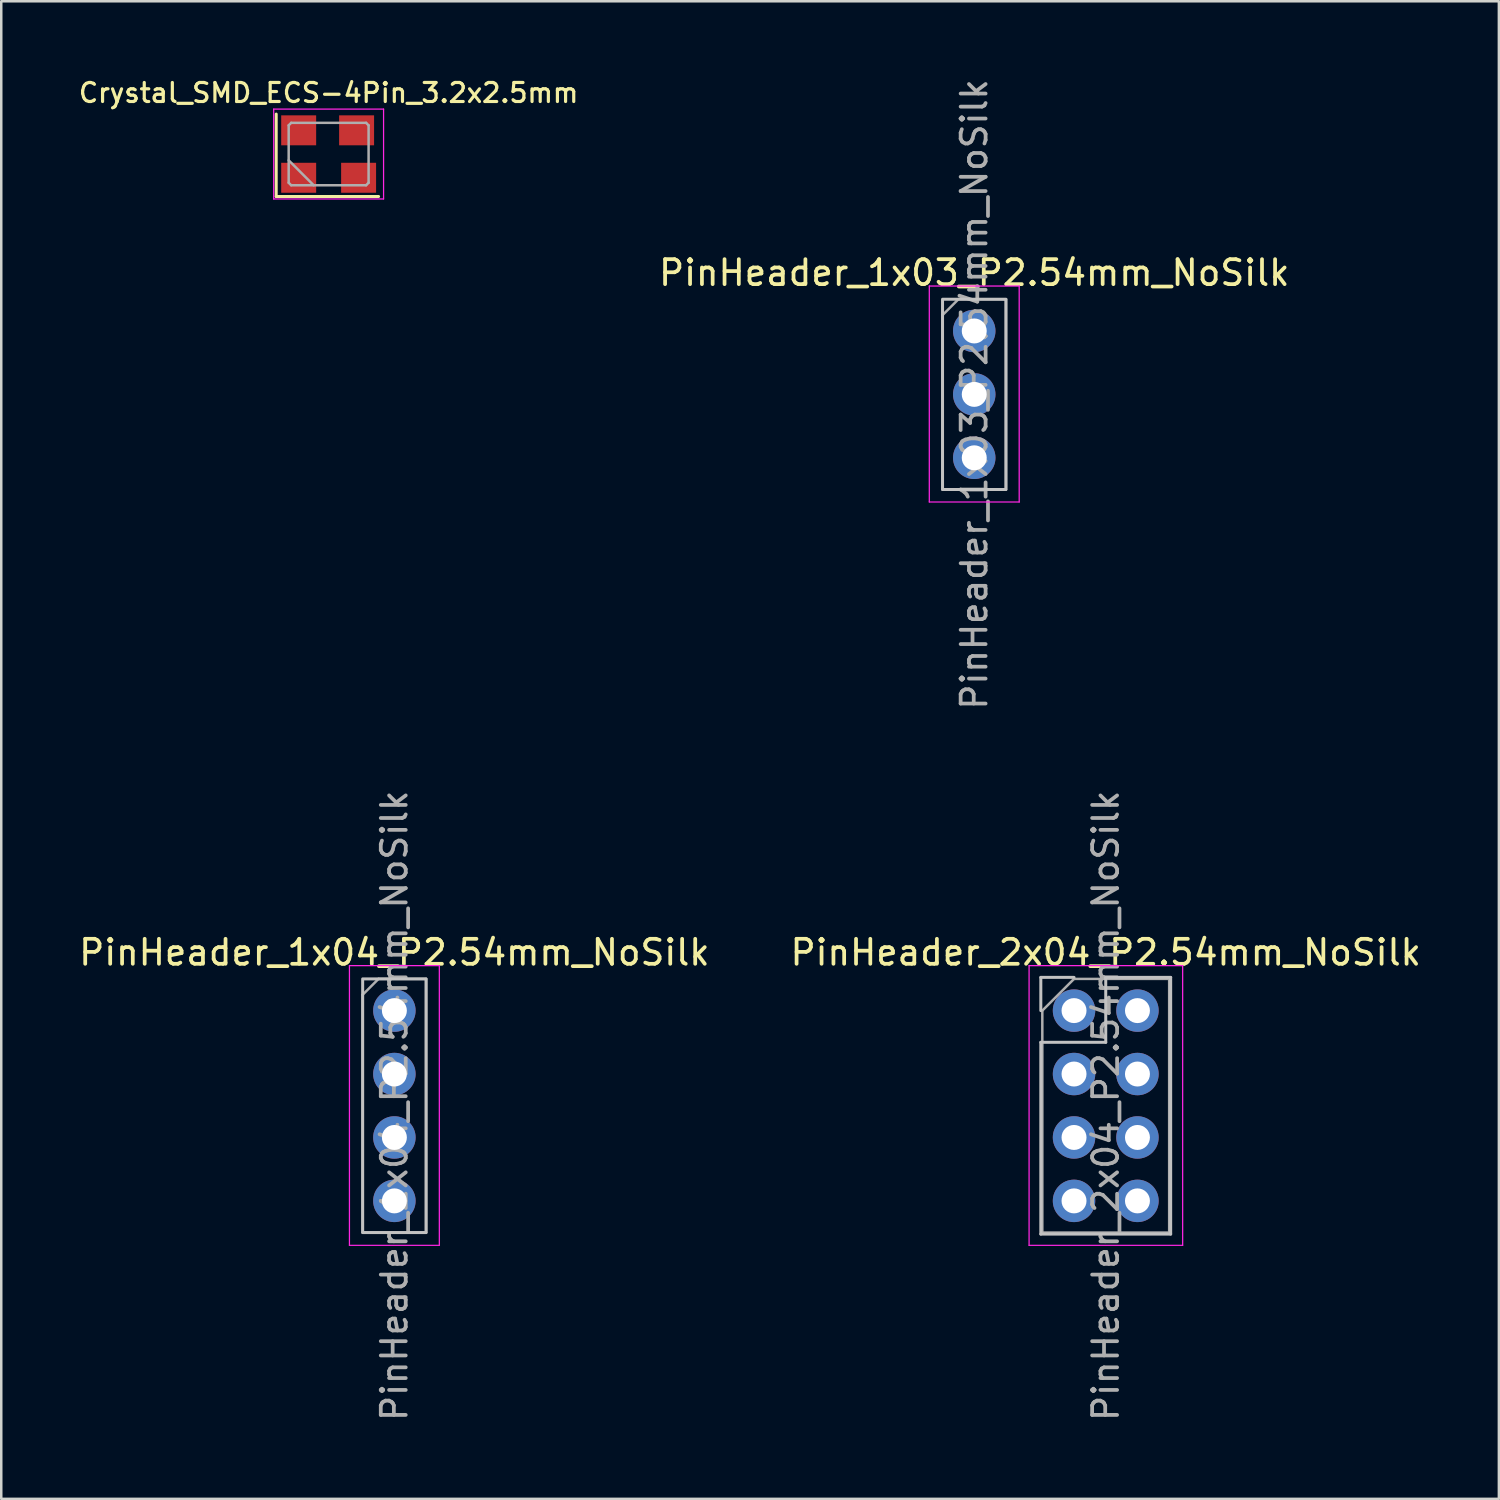
<source format=kicad_pcb>
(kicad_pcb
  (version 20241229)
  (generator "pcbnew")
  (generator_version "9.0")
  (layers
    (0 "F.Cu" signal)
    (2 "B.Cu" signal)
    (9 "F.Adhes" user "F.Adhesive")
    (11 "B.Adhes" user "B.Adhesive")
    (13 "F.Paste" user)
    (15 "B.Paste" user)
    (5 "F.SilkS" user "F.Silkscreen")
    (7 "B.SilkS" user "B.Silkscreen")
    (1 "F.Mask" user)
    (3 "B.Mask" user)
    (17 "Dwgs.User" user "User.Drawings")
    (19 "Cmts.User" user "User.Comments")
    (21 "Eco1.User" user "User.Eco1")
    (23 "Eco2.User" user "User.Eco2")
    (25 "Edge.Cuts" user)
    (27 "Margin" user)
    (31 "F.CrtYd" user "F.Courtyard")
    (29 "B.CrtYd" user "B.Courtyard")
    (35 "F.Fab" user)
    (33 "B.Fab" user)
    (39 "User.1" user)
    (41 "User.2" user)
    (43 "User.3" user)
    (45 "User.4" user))
  (footprint "PinHeader_1x03_P2.54mm_NoSilk"
    (layer "F.Cu")
    (at 35.966 10.204)
    (property "Reference" "PinHeader_1x03_P2.54mm_NoSilk" (at 0 -2.33 0) (layer "F.SilkS") (effects (font (size 1 1) (thickness 0.15))))
    (attr through_hole)
    (fp_rect (start -1.27 -1.27) (end 1.27 6.35) (stroke (width 0.12) (type solid)) (fill no) (layer "Dwgs.User"))
    (fp_line (start -1.8 -1.8) (end -1.8 6.85) (stroke (width 0.05) (type solid)) (layer "F.CrtYd"))
    (fp_line (start -1.8 6.85) (end 1.8 6.85) (stroke (width 0.05) (type solid)) (layer "F.CrtYd"))
    (fp_line (start 1.8 -1.8) (end -1.8 -1.8) (stroke (width 0.05) (type solid)) (layer "F.CrtYd"))
    (fp_line (start 1.8 6.85) (end 1.8 -1.8) (stroke (width 0.05) (type solid)) (layer "F.CrtYd"))
    (fp_line (start -1.27 -0.635) (end -0.635 -1.27) (stroke (width 0.1) (type solid)) (layer "F.Fab"))
    (fp_line (start -1.27 6.35) (end -1.27 -0.635) (stroke (width 0.1) (type solid)) (layer "F.Fab"))
    (fp_line (start -0.635 -1.27) (end 1.27 -1.27) (stroke (width 0.1) (type solid)) (layer "F.Fab"))
    (fp_line (start 1.27 -1.27) (end 1.27 6.35) (stroke (width 0.1) (type solid)) (layer "F.Fab"))
    (fp_line (start 1.27 6.35) (end -1.27 6.35) (stroke (width 0.1) (type solid)) (layer "F.Fab"))
    (fp_text user "${REFERENCE}" (at 0 2.54 90) (layer "F.Fab") (effects (font (size 1 1) (thickness 0.15))))
    (pad "1" thru_hole circle (at 0 0) (size 1.7 1.7) (drill 1) (layers "*.Cu" "*.Mask"))
    (pad "2" thru_hole oval (at 0 2.54) (size 1.7 1.7) (drill 1) (layers "*.Cu" "*.Mask"))
    (pad "3" thru_hole oval (at 0 5.08) (size 1.7 1.7) (drill 1) (layers "*.Cu" "*.Mask")))
  (footprint "PinHeader_1x04_P2.54mm_NoSilk"
    (layer "F.Cu")
    (at 12.744 37.422)
    (property "Reference" "PinHeader_1x04_P2.54mm_NoSilk" (at 0 -2.33 0) (layer "F.SilkS") (effects (font (size 1 1) (thickness 0.15))))
    (attr through_hole)
    (fp_rect (start -1.27 -1.27) (end 1.27 8.89) (stroke (width 0.12) (type solid)) (fill no) (layer "Dwgs.User"))
    (fp_line (start -1.8 -1.8) (end -1.8 9.4) (stroke (width 0.05) (type solid)) (layer "F.CrtYd"))
    (fp_line (start -1.8 9.4) (end 1.8 9.4) (stroke (width 0.05) (type solid)) (layer "F.CrtYd"))
    (fp_line (start 1.8 -1.8) (end -1.8 -1.8) (stroke (width 0.05) (type solid)) (layer "F.CrtYd"))
    (fp_line (start 1.8 9.4) (end 1.8 -1.8) (stroke (width 0.05) (type solid)) (layer "F.CrtYd"))
    (fp_line (start -1.27 -0.635) (end -0.635 -1.27) (stroke (width 0.1) (type solid)) (layer "F.Fab"))
    (fp_line (start -1.27 8.89) (end -1.27 -0.635) (stroke (width 0.1) (type solid)) (layer "F.Fab"))
    (fp_line (start -0.635 -1.27) (end 1.27 -1.27) (stroke (width 0.1) (type solid)) (layer "F.Fab"))
    (fp_line (start 1.27 -1.27) (end 1.27 8.89) (stroke (width 0.1) (type solid)) (layer "F.Fab"))
    (fp_line (start 1.27 8.89) (end -1.27 8.89) (stroke (width 0.1) (type solid)) (layer "F.Fab"))
    (fp_text user "${REFERENCE}" (at 0 3.81 90) (layer "F.Fab") (effects (font (size 1 1) (thickness 0.15))))
    (pad "1" thru_hole circle (at 0 0) (size 1.7 1.7) (drill 1) (layers "*.Cu" "*.Mask"))
    (pad "2" thru_hole oval (at 0 2.54) (size 1.7 1.7) (drill 1) (layers "*.Cu" "*.Mask"))
    (pad "3" thru_hole oval (at 0 5.08) (size 1.7 1.7) (drill 1) (layers "*.Cu" "*.Mask"))
    (pad "4" thru_hole oval (at 0 7.62) (size 1.7 1.7) (drill 1) (layers "*.Cu" "*.Mask")))
  (footprint "Crystal_SMD_ECS-4Pin_3.2x2.5mm"
    (layer "F.Cu")
    (at 10.111 3.119)
    (property "Reference" "Crystal_SMD_ECS-4Pin_3.2x2.5mm" (at 0 -2.45 0) (unlocked yes) (layer "F.SilkS") (effects (font (size 0.762 0.762) (thickness 0.127))))
    (attr smd)
    (fp_line (start -2.1 -1.6) (end -2.1 1.7) (stroke (width 0.12) (type solid)) (layer "F.SilkS"))
    (fp_line (start -2.1 1.7) (end 2 1.7) (stroke (width 0.12) (type solid)) (layer "F.SilkS"))
    (fp_line (start -2.2 -1.8) (end -2.2 1.8) (stroke (width 0.05) (type solid)) (layer "F.CrtYd"))
    (fp_line (start -2.2 1.8) (end 2.2 1.8) (stroke (width 0.05) (type solid)) (layer "F.CrtYd"))
    (fp_line (start 2.2 -1.8) (end -2.2 -1.8) (stroke (width 0.05) (type solid)) (layer "F.CrtYd"))
    (fp_line (start 2.2 1.8) (end 2.2 -1.8) (stroke (width 0.05) (type solid)) (layer "F.CrtYd"))
    (fp_line (start -1.6 -1.15) (end -1.5 -1.25) (stroke (width 0.1) (type solid)) (layer "F.Fab"))
    (fp_line (start -1.6 0.25) (end -0.6 1.25) (stroke (width 0.1) (type solid)) (layer "F.Fab"))
    (fp_line (start -1.6 1.15) (end -1.6 -1.15) (stroke (width 0.1) (type solid)) (layer "F.Fab"))
    (fp_line (start -1.5 -1.25) (end 1.5 -1.25) (stroke (width 0.1) (type solid)) (layer "F.Fab"))
    (fp_line (start -1.5 1.25) (end -1.6 1.15) (stroke (width 0.1) (type solid)) (layer "F.Fab"))
    (fp_line (start 1.5 -1.25) (end 1.6 -1.15) (stroke (width 0.1) (type solid)) (layer "F.Fab"))
    (fp_line (start 1.5 1.25) (end -1.5 1.25) (stroke (width 0.1) (type solid)) (layer "F.Fab"))
    (fp_line (start 1.6 -1.15) (end 1.6 1.15) (stroke (width 0.1) (type solid)) (layer "F.Fab"))
    (fp_line (start 1.6 1.15) (end 1.5 1.25) (stroke (width 0.1) (type solid)) (layer "F.Fab"))
    (pad "1" smd rect (at -1.2 0.95) (size 1.4 1.2) (layers "F.Cu" "F.Mask" "F.Paste"))
    (pad "2" smd rect (at 1.2 0.95) (size 1.4 1.2) (layers "F.Cu" "F.Mask" "F.Paste"))
    (pad "3" smd rect (at 1.12 -0.95) (size 1.4 1.2) (layers "F.Cu" "F.Mask" "F.Paste"))
    (pad "4" smd rect (at -1.2 -0.95) (size 1.4 1.2) (layers "F.Cu" "F.Mask" "F.Paste")))
  (footprint "PinHeader_2x04_P2.54mm_NoSilk"
    (layer "F.Cu")
    (at 39.962 37.422)
    (property "Reference" "PinHeader_2x04_P2.54mm_NoSilk" (at 1.27 -2.33 0) (layer "F.SilkS") (effects (font (size 1 1) (thickness 0.15))))
    (attr through_hole)
    (fp_line (start -1.33 -1.33) (end 0 -1.33) (stroke (width 0.12) (type solid)) (layer "Dwgs.User"))
    (fp_line (start -1.33 0) (end -1.33 -1.33) (stroke (width 0.12) (type solid)) (layer "Dwgs.User"))
    (fp_line (start -1.33 1.27) (end -1.33 8.95) (stroke (width 0.12) (type solid)) (layer "Dwgs.User"))
    (fp_line (start -1.33 1.27) (end 1.27 1.27) (stroke (width 0.12) (type solid)) (layer "Dwgs.User"))
    (fp_line (start -1.33 8.95) (end 3.87 8.95) (stroke (width 0.12) (type solid)) (layer "Dwgs.User"))
    (fp_line (start 1.27 -1.33) (end 3.87 -1.33) (stroke (width 0.12) (type solid)) (layer "Dwgs.User"))
    (fp_line (start 1.27 1.27) (end 1.27 -1.33) (stroke (width 0.12) (type solid)) (layer "Dwgs.User"))
    (fp_line (start 3.87 -1.33) (end 3.87 8.95) (stroke (width 0.12) (type solid)) (layer "Dwgs.User"))
    (fp_line (start -1.8 -1.8) (end -1.8 9.4) (stroke (width 0.05) (type solid)) (layer "F.CrtYd"))
    (fp_line (start -1.8 9.4) (end 4.35 9.4) (stroke (width 0.05) (type solid)) (layer "F.CrtYd"))
    (fp_line (start 4.35 -1.8) (end -1.8 -1.8) (stroke (width 0.05) (type solid)) (layer "F.CrtYd"))
    (fp_line (start 4.35 9.4) (end 4.35 -1.8) (stroke (width 0.05) (type solid)) (layer "F.CrtYd"))
    (fp_line (start -1.27 0) (end 0 -1.27) (stroke (width 0.1) (type solid)) (layer "F.Fab"))
    (fp_line (start -1.27 8.89) (end -1.27 0) (stroke (width 0.1) (type solid)) (layer "F.Fab"))
    (fp_line (start 0 -1.27) (end 3.81 -1.27) (stroke (width 0.1) (type solid)) (layer "F.Fab"))
    (fp_line (start 3.81 -1.27) (end 3.81 8.89) (stroke (width 0.1) (type solid)) (layer "F.Fab"))
    (fp_line (start 3.81 8.89) (end -1.27 8.89) (stroke (width 0.1) (type solid)) (layer "F.Fab"))
    (fp_text user "${REFERENCE}" (at 1.27 3.81 90) (layer "F.Fab") (effects (font (size 1 1) (thickness 0.15))))
    (pad "1" thru_hole circle (at 0 0) (size 1.7 1.7) (drill 1) (layers "*.Cu" "*.Mask"))
    (pad "2" thru_hole oval (at 2.54 0) (size 1.7 1.7) (drill 1) (layers "*.Cu" "*.Mask"))
    (pad "3" thru_hole oval (at 0 2.54) (size 1.7 1.7) (drill 1) (layers "*.Cu" "*.Mask"))
    (pad "4" thru_hole oval (at 2.54 2.54) (size 1.7 1.7) (drill 1) (layers "*.Cu" "*.Mask"))
    (pad "5" thru_hole oval (at 0 5.08) (size 1.7 1.7) (drill 1) (layers "*.Cu" "*.Mask"))
    (pad "6" thru_hole oval (at 2.54 5.08) (size 1.7 1.7) (drill 1) (layers "*.Cu" "*.Mask"))
    (pad "7" thru_hole oval (at 0 7.62) (size 1.7 1.7) (drill 1) (layers "*.Cu" "*.Mask"))
    (pad "8" thru_hole oval (at 2.54 7.62) (size 1.7 1.7) (drill 1) (layers "*.Cu" "*.Mask")))
  (gr_rect
    (start -3 -3)
    (end 56.976 56.976)
    (stroke (width 0.1) (type default))
    (fill no)
    (layer "Edge.Cuts")))
</source>
